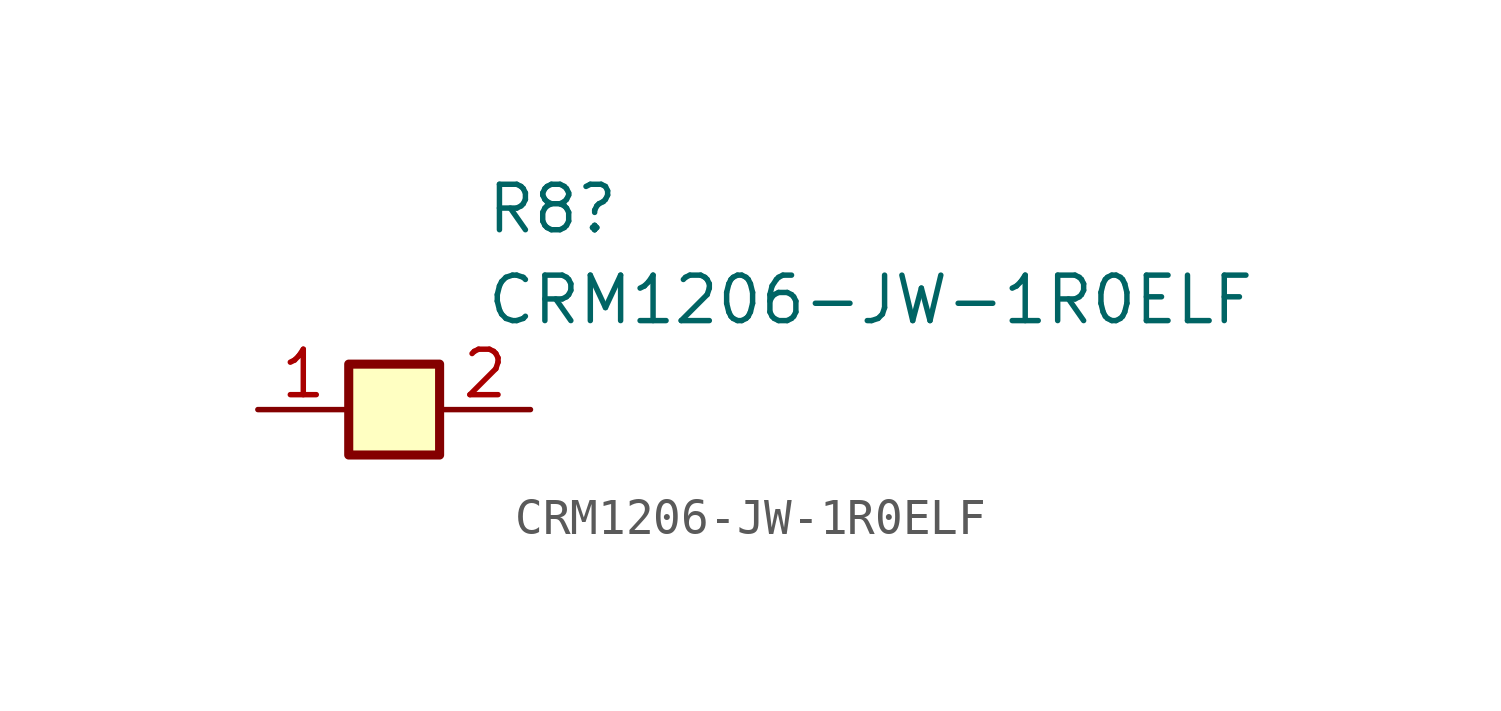
<source format=kicad_sym>
(kicad_symbol_lib
  (version 20231120)
  (generator "kicad_symbol_editor")
  (generator_version "8.0")
  (symbol "CRM1206-JW-1R0ELF"
    (pin_names hide)
    (property "Reference" "R8"
      (at 13.97 6.35 0)
      (effects (font (size 1.27 1.27)) (justify left top)))
    (property "Value" "CRM1206-JW-1R0ELF"
      (at 13.97 3.81 0)
      (effects (font (size 1.27 1.27)) (justify left top)))
    (symbol "CRM1206-JW-1R0ELF_1_1"
      (rectangle (start 10.16 1.27) (end 12.7 -1.27) (stroke (width 0.254) (type default)) (fill (type background)))
      (pin passive line (at 7.62 0 0) (length 2.54) (name "1" (effects (font (size 1.27 1.27)))) (number "1" (effects (font (size 1.27 1.27)))))
      (pin passive line (at 15.24 0 180) (length 2.54) (name "2" (effects (font (size 1.27 1.27)))) (number "2" (effects (font (size 1.27 1.27))))))))
</source>
